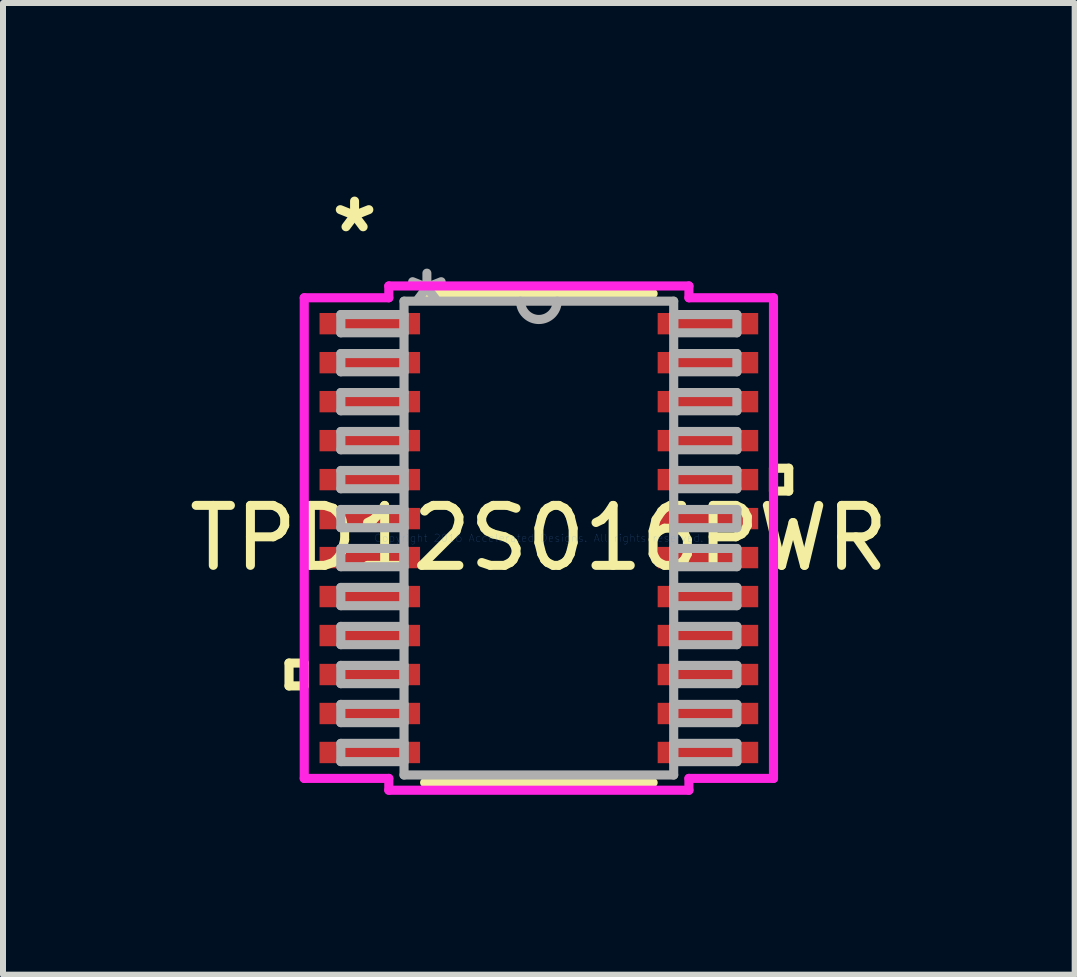
<source format=kicad_pcb>
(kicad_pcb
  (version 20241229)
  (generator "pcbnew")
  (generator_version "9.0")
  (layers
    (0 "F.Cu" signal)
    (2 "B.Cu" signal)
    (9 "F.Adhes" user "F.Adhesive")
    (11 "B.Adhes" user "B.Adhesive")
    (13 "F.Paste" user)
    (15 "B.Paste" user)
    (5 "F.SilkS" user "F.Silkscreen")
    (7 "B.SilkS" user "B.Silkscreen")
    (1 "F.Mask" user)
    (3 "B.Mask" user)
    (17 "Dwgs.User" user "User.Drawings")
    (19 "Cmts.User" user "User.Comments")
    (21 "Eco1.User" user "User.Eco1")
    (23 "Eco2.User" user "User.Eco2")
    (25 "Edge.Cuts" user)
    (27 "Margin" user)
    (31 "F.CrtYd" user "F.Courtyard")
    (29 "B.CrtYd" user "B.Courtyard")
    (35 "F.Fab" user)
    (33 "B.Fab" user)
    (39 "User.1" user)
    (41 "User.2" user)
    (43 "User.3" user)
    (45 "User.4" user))
  (footprint "TPD12S016PWR"
    (layer "F.Cu")
    (at 5.935 5.922)
    (property "Reference" "TPD12S016PWR" (at 0 0 0) (layer "F.SilkS") (effects (font (size 1 1) (thickness 0.15))))
    (attr through_hole)
    (fp_line (start -4.166 2.084) (end -4.166 2.465) (stroke (width 0.152) (type solid)) (layer "F.SilkS"))
    (fp_line (start -4.166 2.465) (end -3.912 2.465) (stroke (width 0.152) (type solid)) (layer "F.SilkS"))
    (fp_line (start -3.912 2.084) (end -4.166 2.084) (stroke (width 0.152) (type solid)) (layer "F.SilkS"))
    (fp_line (start -3.912 2.465) (end -3.912 2.084) (stroke (width 0.152) (type solid)) (layer "F.SilkS"))
    (fp_line (start -1.905 4.077) (end 1.905 4.077) (stroke (width 0.152) (type solid)) (layer "F.SilkS"))
    (fp_line (start 1.905 -4.077) (end -1.905 -4.077) (stroke (width 0.152) (type solid)) (layer "F.SilkS"))
    (fp_line (start 3.912 -1.165) (end 4.166 -1.165) (stroke (width 0.152) (type solid)) (layer "F.SilkS"))
    (fp_line (start 3.912 -0.784) (end 3.912 -1.165) (stroke (width 0.152) (type solid)) (layer "F.SilkS"))
    (fp_line (start 4.166 -1.165) (end 4.166 -0.784) (stroke (width 0.152) (type solid)) (layer "F.SilkS"))
    (fp_line (start 4.166 -0.784) (end 3.912 -0.784) (stroke (width 0.152) (type solid)) (layer "F.SilkS"))
    (fp_line (start -3.912 -4.007) (end -2.502 -4.007) (stroke (width 0.152) (type solid)) (layer "F.CrtYd"))
    (fp_line (start -3.912 4.007) (end -3.912 -4.007) (stroke (width 0.152) (type solid)) (layer "F.CrtYd"))
    (fp_line (start -2.502 -4.204) (end 2.502 -4.204) (stroke (width 0.152) (type solid)) (layer "F.CrtYd"))
    (fp_line (start -2.502 -4.007) (end -2.502 -4.204) (stroke (width 0.152) (type solid)) (layer "F.CrtYd"))
    (fp_line (start -2.502 4.007) (end -3.912 4.007) (stroke (width 0.152) (type solid)) (layer "F.CrtYd"))
    (fp_line (start -2.502 4.204) (end -2.502 4.007) (stroke (width 0.152) (type solid)) (layer "F.CrtYd"))
    (fp_line (start 2.502 -4.204) (end 2.502 -4.007) (stroke (width 0.152) (type solid)) (layer "F.CrtYd"))
    (fp_line (start 2.502 -4.007) (end 3.912 -4.007) (stroke (width 0.152) (type solid)) (layer "F.CrtYd"))
    (fp_line (start 2.502 4.007) (end 2.502 4.204) (stroke (width 0.152) (type solid)) (layer "F.CrtYd"))
    (fp_line (start 2.502 4.204) (end -2.502 4.204) (stroke (width 0.152) (type solid)) (layer "F.CrtYd"))
    (fp_line (start 3.912 -4.007) (end 3.912 4.007) (stroke (width 0.152) (type solid)) (layer "F.CrtYd"))
    (fp_line (start 3.912 4.007) (end 2.502 4.007) (stroke (width 0.152) (type solid)) (layer "F.CrtYd"))
    (fp_line (start -3.302 -3.727) (end -3.302 -3.423) (stroke (width 0.152) (type solid)) (layer "F.Fab"))
    (fp_line (start -3.302 -3.423) (end -2.248 -3.423) (stroke (width 0.152) (type solid)) (layer "F.Fab"))
    (fp_line (start -3.302 -3.077) (end -3.302 -2.773) (stroke (width 0.152) (type solid)) (layer "F.Fab"))
    (fp_line (start -3.302 -2.773) (end -2.248 -2.773) (stroke (width 0.152) (type solid)) (layer "F.Fab"))
    (fp_line (start -3.302 -2.427) (end -3.302 -2.123) (stroke (width 0.152) (type solid)) (layer "F.Fab"))
    (fp_line (start -3.302 -2.123) (end -2.248 -2.123) (stroke (width 0.152) (type solid)) (layer "F.Fab"))
    (fp_line (start -3.302 -1.777) (end -3.302 -1.473) (stroke (width 0.152) (type solid)) (layer "F.Fab"))
    (fp_line (start -3.302 -1.473) (end -2.248 -1.473) (stroke (width 0.152) (type solid)) (layer "F.Fab"))
    (fp_line (start -3.302 -1.127) (end -3.302 -0.823) (stroke (width 0.152) (type solid)) (layer "F.Fab"))
    (fp_line (start -3.302 -0.823) (end -2.248 -0.823) (stroke (width 0.152) (type solid)) (layer "F.Fab"))
    (fp_line (start -3.302 -0.477) (end -3.302 -0.173) (stroke (width 0.152) (type solid)) (layer "F.Fab"))
    (fp_line (start -3.302 -0.173) (end -2.248 -0.173) (stroke (width 0.152) (type solid)) (layer "F.Fab"))
    (fp_line (start -3.302 0.173) (end -3.302 0.477) (stroke (width 0.152) (type solid)) (layer "F.Fab"))
    (fp_line (start -3.302 0.477) (end -2.248 0.477) (stroke (width 0.152) (type solid)) (layer "F.Fab"))
    (fp_line (start -3.302 0.823) (end -3.302 1.127) (stroke (width 0.152) (type solid)) (layer "F.Fab"))
    (fp_line (start -3.302 1.127) (end -2.248 1.127) (stroke (width 0.152) (type solid)) (layer "F.Fab"))
    (fp_line (start -3.302 1.473) (end -3.302 1.777) (stroke (width 0.152) (type solid)) (layer "F.Fab"))
    (fp_line (start -3.302 1.777) (end -2.248 1.777) (stroke (width 0.152) (type solid)) (layer "F.Fab"))
    (fp_line (start -3.302 2.123) (end -3.302 2.427) (stroke (width 0.152) (type solid)) (layer "F.Fab"))
    (fp_line (start -3.302 2.427) (end -2.248 2.427) (stroke (width 0.152) (type solid)) (layer "F.Fab"))
    (fp_line (start -3.302 2.773) (end -3.302 3.077) (stroke (width 0.152) (type solid)) (layer "F.Fab"))
    (fp_line (start -3.302 3.077) (end -2.248 3.077) (stroke (width 0.152) (type solid)) (layer "F.Fab"))
    (fp_line (start -3.302 3.423) (end -3.302 3.727) (stroke (width 0.152) (type solid)) (layer "F.Fab"))
    (fp_line (start -3.302 3.727) (end -2.248 3.727) (stroke (width 0.152) (type solid)) (layer "F.Fab"))
    (fp_line (start -2.248 -3.95) (end -2.248 3.95) (stroke (width 0.152) (type solid)) (layer "F.Fab"))
    (fp_line (start -2.248 -3.727) (end -3.302 -3.727) (stroke (width 0.152) (type solid)) (layer "F.Fab"))
    (fp_line (start -2.248 -3.423) (end -2.248 -3.727) (stroke (width 0.152) (type solid)) (layer "F.Fab"))
    (fp_line (start -2.248 -3.077) (end -3.302 -3.077) (stroke (width 0.152) (type solid)) (layer "F.Fab"))
    (fp_line (start -2.248 -2.773) (end -2.248 -3.077) (stroke (width 0.152) (type solid)) (layer "F.Fab"))
    (fp_line (start -2.248 -2.427) (end -3.302 -2.427) (stroke (width 0.152) (type solid)) (layer "F.Fab"))
    (fp_line (start -2.248 -2.123) (end -2.248 -2.427) (stroke (width 0.152) (type solid)) (layer "F.Fab"))
    (fp_line (start -2.248 -1.777) (end -3.302 -1.777) (stroke (width 0.152) (type solid)) (layer "F.Fab"))
    (fp_line (start -2.248 -1.473) (end -2.248 -1.777) (stroke (width 0.152) (type solid)) (layer "F.Fab"))
    (fp_line (start -2.248 -1.127) (end -3.302 -1.127) (stroke (width 0.152) (type solid)) (layer "F.Fab"))
    (fp_line (start -2.248 -0.823) (end -2.248 -1.127) (stroke (width 0.152) (type solid)) (layer "F.Fab"))
    (fp_line (start -2.248 -0.477) (end -3.302 -0.477) (stroke (width 0.152) (type solid)) (layer "F.Fab"))
    (fp_line (start -2.248 -0.173) (end -2.248 -0.477) (stroke (width 0.152) (type solid)) (layer "F.Fab"))
    (fp_line (start -2.248 0.173) (end -3.302 0.173) (stroke (width 0.152) (type solid)) (layer "F.Fab"))
    (fp_line (start -2.248 0.477) (end -2.248 0.173) (stroke (width 0.152) (type solid)) (layer "F.Fab"))
    (fp_line (start -2.248 0.823) (end -3.302 0.823) (stroke (width 0.152) (type solid)) (layer "F.Fab"))
    (fp_line (start -2.248 1.127) (end -2.248 0.823) (stroke (width 0.152) (type solid)) (layer "F.Fab"))
    (fp_line (start -2.248 1.473) (end -3.302 1.473) (stroke (width 0.152) (type solid)) (layer "F.Fab"))
    (fp_line (start -2.248 1.777) (end -2.248 1.473) (stroke (width 0.152) (type solid)) (layer "F.Fab"))
    (fp_line (start -2.248 2.123) (end -3.302 2.123) (stroke (width 0.152) (type solid)) (layer "F.Fab"))
    (fp_line (start -2.248 2.427) (end -2.248 2.123) (stroke (width 0.152) (type solid)) (layer "F.Fab"))
    (fp_line (start -2.248 2.773) (end -3.302 2.773) (stroke (width 0.152) (type solid)) (layer "F.Fab"))
    (fp_line (start -2.248 3.077) (end -2.248 2.773) (stroke (width 0.152) (type solid)) (layer "F.Fab"))
    (fp_line (start -2.248 3.423) (end -3.302 3.423) (stroke (width 0.152) (type solid)) (layer "F.Fab"))
    (fp_line (start -2.248 3.727) (end -2.248 3.423) (stroke (width 0.152) (type solid)) (layer "F.Fab"))
    (fp_line (start -2.248 3.95) (end 2.248 3.95) (stroke (width 0.152) (type solid)) (layer "F.Fab"))
    (fp_line (start 2.248 -3.95) (end -2.248 -3.95) (stroke (width 0.152) (type solid)) (layer "F.Fab"))
    (fp_line (start 2.248 -3.727) (end 2.248 -3.423) (stroke (width 0.152) (type solid)) (layer "F.Fab"))
    (fp_line (start 2.248 -3.423) (end 3.302 -3.423) (stroke (width 0.152) (type solid)) (layer "F.Fab"))
    (fp_line (start 2.248 -3.077) (end 2.248 -2.773) (stroke (width 0.152) (type solid)) (layer "F.Fab"))
    (fp_line (start 2.248 -2.773) (end 3.302 -2.773) (stroke (width 0.152) (type solid)) (layer "F.Fab"))
    (fp_line (start 2.248 -2.427) (end 2.248 -2.123) (stroke (width 0.152) (type solid)) (layer "F.Fab"))
    (fp_line (start 2.248 -2.123) (end 3.302 -2.123) (stroke (width 0.152) (type solid)) (layer "F.Fab"))
    (fp_line (start 2.248 -1.777) (end 2.248 -1.473) (stroke (width 0.152) (type solid)) (layer "F.Fab"))
    (fp_line (start 2.248 -1.473) (end 3.302 -1.473) (stroke (width 0.152) (type solid)) (layer "F.Fab"))
    (fp_line (start 2.248 -1.127) (end 2.248 -0.823) (stroke (width 0.152) (type solid)) (layer "F.Fab"))
    (fp_line (start 2.248 -0.823) (end 3.302 -0.823) (stroke (width 0.152) (type solid)) (layer "F.Fab"))
    (fp_line (start 2.248 -0.477) (end 2.248 -0.173) (stroke (width 0.152) (type solid)) (layer "F.Fab"))
    (fp_line (start 2.248 -0.173) (end 3.302 -0.173) (stroke (width 0.152) (type solid)) (layer "F.Fab"))
    (fp_line (start 2.248 0.173) (end 2.248 0.477) (stroke (width 0.152) (type solid)) (layer "F.Fab"))
    (fp_line (start 2.248 0.477) (end 3.302 0.477) (stroke (width 0.152) (type solid)) (layer "F.Fab"))
    (fp_line (start 2.248 0.823) (end 2.248 1.127) (stroke (width 0.152) (type solid)) (layer "F.Fab"))
    (fp_line (start 2.248 1.127) (end 3.302 1.127) (stroke (width 0.152) (type solid)) (layer "F.Fab"))
    (fp_line (start 2.248 1.473) (end 2.248 1.777) (stroke (width 0.152) (type solid)) (layer "F.Fab"))
    (fp_line (start 2.248 1.777) (end 3.302 1.777) (stroke (width 0.152) (type solid)) (layer "F.Fab"))
    (fp_line (start 2.248 2.123) (end 2.248 2.427) (stroke (width 0.152) (type solid)) (layer "F.Fab"))
    (fp_line (start 2.248 2.427) (end 3.302 2.427) (stroke (width 0.152) (type solid)) (layer "F.Fab"))
    (fp_line (start 2.248 2.773) (end 2.248 3.077) (stroke (width 0.152) (type solid)) (layer "F.Fab"))
    (fp_line (start 2.248 3.077) (end 3.302 3.077) (stroke (width 0.152) (type solid)) (layer "F.Fab"))
    (fp_line (start 2.248 3.423) (end 2.248 3.727) (stroke (width 0.152) (type solid)) (layer "F.Fab"))
    (fp_line (start 2.248 3.727) (end 3.302 3.727) (stroke (width 0.152) (type solid)) (layer "F.Fab"))
    (fp_line (start 2.248 3.95) (end 2.248 -3.95) (stroke (width 0.152) (type solid)) (layer "F.Fab"))
    (fp_line (start 3.302 -3.727) (end 2.248 -3.727) (stroke (width 0.152) (type solid)) (layer "F.Fab"))
    (fp_line (start 3.302 -3.423) (end 3.302 -3.727) (stroke (width 0.152) (type solid)) (layer "F.Fab"))
    (fp_line (start 3.302 -3.077) (end 2.248 -3.077) (stroke (width 0.152) (type solid)) (layer "F.Fab"))
    (fp_line (start 3.302 -2.773) (end 3.302 -3.077) (stroke (width 0.152) (type solid)) (layer "F.Fab"))
    (fp_line (start 3.302 -2.427) (end 2.248 -2.427) (stroke (width 0.152) (type solid)) (layer "F.Fab"))
    (fp_line (start 3.302 -2.123) (end 3.302 -2.427) (stroke (width 0.152) (type solid)) (layer "F.Fab"))
    (fp_line (start 3.302 -1.777) (end 2.248 -1.777) (stroke (width 0.152) (type solid)) (layer "F.Fab"))
    (fp_line (start 3.302 -1.473) (end 3.302 -1.777) (stroke (width 0.152) (type solid)) (layer "F.Fab"))
    (fp_line (start 3.302 -1.127) (end 2.248 -1.127) (stroke (width 0.152) (type solid)) (layer "F.Fab"))
    (fp_line (start 3.302 -0.823) (end 3.302 -1.127) (stroke (width 0.152) (type solid)) (layer "F.Fab"))
    (fp_line (start 3.302 -0.477) (end 2.248 -0.477) (stroke (width 0.152) (type solid)) (layer "F.Fab"))
    (fp_line (start 3.302 -0.173) (end 3.302 -0.477) (stroke (width 0.152) (type solid)) (layer "F.Fab"))
    (fp_line (start 3.302 0.173) (end 2.248 0.173) (stroke (width 0.152) (type solid)) (layer "F.Fab"))
    (fp_line (start 3.302 0.477) (end 3.302 0.173) (stroke (width 0.152) (type solid)) (layer "F.Fab"))
    (fp_line (start 3.302 0.823) (end 2.248 0.823) (stroke (width 0.152) (type solid)) (layer "F.Fab"))
    (fp_line (start 3.302 1.127) (end 3.302 0.823) (stroke (width 0.152) (type solid)) (layer "F.Fab"))
    (fp_line (start 3.302 1.473) (end 2.248 1.473) (stroke (width 0.152) (type solid)) (layer "F.Fab"))
    (fp_line (start 3.302 1.777) (end 3.302 1.473) (stroke (width 0.152) (type solid)) (layer "F.Fab"))
    (fp_line (start 3.302 2.123) (end 2.248 2.123) (stroke (width 0.152) (type solid)) (layer "F.Fab"))
    (fp_line (start 3.302 2.427) (end 3.302 2.123) (stroke (width 0.152) (type solid)) (layer "F.Fab"))
    (fp_line (start 3.302 2.773) (end 2.248 2.773) (stroke (width 0.152) (type solid)) (layer "F.Fab"))
    (fp_line (start 3.302 3.077) (end 3.302 2.773) (stroke (width 0.152) (type solid)) (layer "F.Fab"))
    (fp_line (start 3.302 3.423) (end 2.248 3.423) (stroke (width 0.152) (type solid)) (layer "F.Fab"))
    (fp_line (start 3.302 3.727) (end 3.302 3.423) (stroke (width 0.152) (type solid)) (layer "F.Fab"))
    (fp_arc (start 0.3048 -3.9497) (mid 0 -3.6449) (end -0.3048 -3.9497) (stroke (width 0.1524) (type solid)) (layer "F.Fab"))
    (fp_text user "*" (at -3.073 -5.074 0) (layer "F.SilkS") (effects (font (size 1 1) (thickness 0.15))))
    (fp_text user "Copyright 2016 Accelerated Designs. All rights reserved." (at 0 0 0) (layer "Cmts.User") (effects (font (size 0.127 0.127) (thickness 0.002))))
    (fp_text user "*" (at -1.867 -3.873 0) (layer "F.Fab") (effects (font (size 1 1) (thickness 0.15))))
    (pad "1" smd rect (at -2.819 -3.575) (size 1.676 0.356) (layers "F.Cu" "F.Mask" "F.Paste"))
    (pad "2" smd rect (at -2.819 -2.925) (size 1.676 0.356) (layers "F.Cu" "F.Mask" "F.Paste"))
    (pad "3" smd rect (at -2.819 -2.275) (size 1.676 0.356) (layers "F.Cu" "F.Mask" "F.Paste"))
    (pad "4" smd rect (at -2.819 -1.625) (size 1.676 0.356) (layers "F.Cu" "F.Mask" "F.Paste"))
    (pad "5" smd rect (at -2.819 -0.975) (size 1.676 0.356) (layers "F.Cu" "F.Mask" "F.Paste"))
    (pad "6" smd rect (at -2.819 -0.325) (size 1.676 0.356) (layers "F.Cu" "F.Mask" "F.Paste"))
    (pad "7" smd rect (at -2.819 0.325) (size 1.676 0.356) (layers "F.Cu" "F.Mask" "F.Paste"))
    (pad "8" smd rect (at -2.819 0.975) (size 1.676 0.356) (layers "F.Cu" "F.Mask" "F.Paste"))
    (pad "9" smd rect (at -2.819 1.625) (size 1.676 0.356) (layers "F.Cu" "F.Mask" "F.Paste"))
    (pad "10" smd rect (at -2.819 2.275) (size 1.676 0.356) (layers "F.Cu" "F.Mask" "F.Paste"))
    (pad "11" smd rect (at -2.819 2.925) (size 1.676 0.356) (layers "F.Cu" "F.Mask" "F.Paste"))
    (pad "12" smd rect (at -2.819 3.575) (size 1.676 0.356) (layers "F.Cu" "F.Mask" "F.Paste"))
    (pad "13" smd rect (at 2.819 3.575) (size 1.676 0.356) (layers "F.Cu" "F.Mask" "F.Paste"))
    (pad "14" smd rect (at 2.819 2.925) (size 1.676 0.356) (layers "F.Cu" "F.Mask" "F.Paste"))
    (pad "15" smd rect (at 2.819 2.275) (size 1.676 0.356) (layers "F.Cu" "F.Mask" "F.Paste"))
    (pad "16" smd rect (at 2.819 1.625) (size 1.676 0.356) (layers "F.Cu" "F.Mask" "F.Paste"))
    (pad "17" smd rect (at 2.819 0.975) (size 1.676 0.356) (layers "F.Cu" "F.Mask" "F.Paste"))
    (pad "18" smd rect (at 2.819 0.325) (size 1.676 0.356) (layers "F.Cu" "F.Mask" "F.Paste"))
    (pad "19" smd rect (at 2.819 -0.325) (size 1.676 0.356) (layers "F.Cu" "F.Mask" "F.Paste"))
    (pad "20" smd rect (at 2.819 -0.975) (size 1.676 0.356) (layers "F.Cu" "F.Mask" "F.Paste"))
    (pad "21" smd rect (at 2.819 -1.625) (size 1.676 0.356) (layers "F.Cu" "F.Mask" "F.Paste"))
    (pad "22" smd rect (at 2.819 -2.275) (size 1.676 0.356) (layers "F.Cu" "F.Mask" "F.Paste"))
    (pad "23" smd rect (at 2.819 -2.925) (size 1.676 0.356) (layers "F.Cu" "F.Mask" "F.Paste"))
    (pad "24" smd rect (at 2.819 -3.575) (size 1.676 0.356) (layers "F.Cu" "F.Mask" "F.Paste")))
  (gr_rect
    (start -3 -3)
    (end 14.869 13.202)
    (stroke (width 0.1) (type default))
    (fill no)
    (layer "Edge.Cuts")))
</source>
